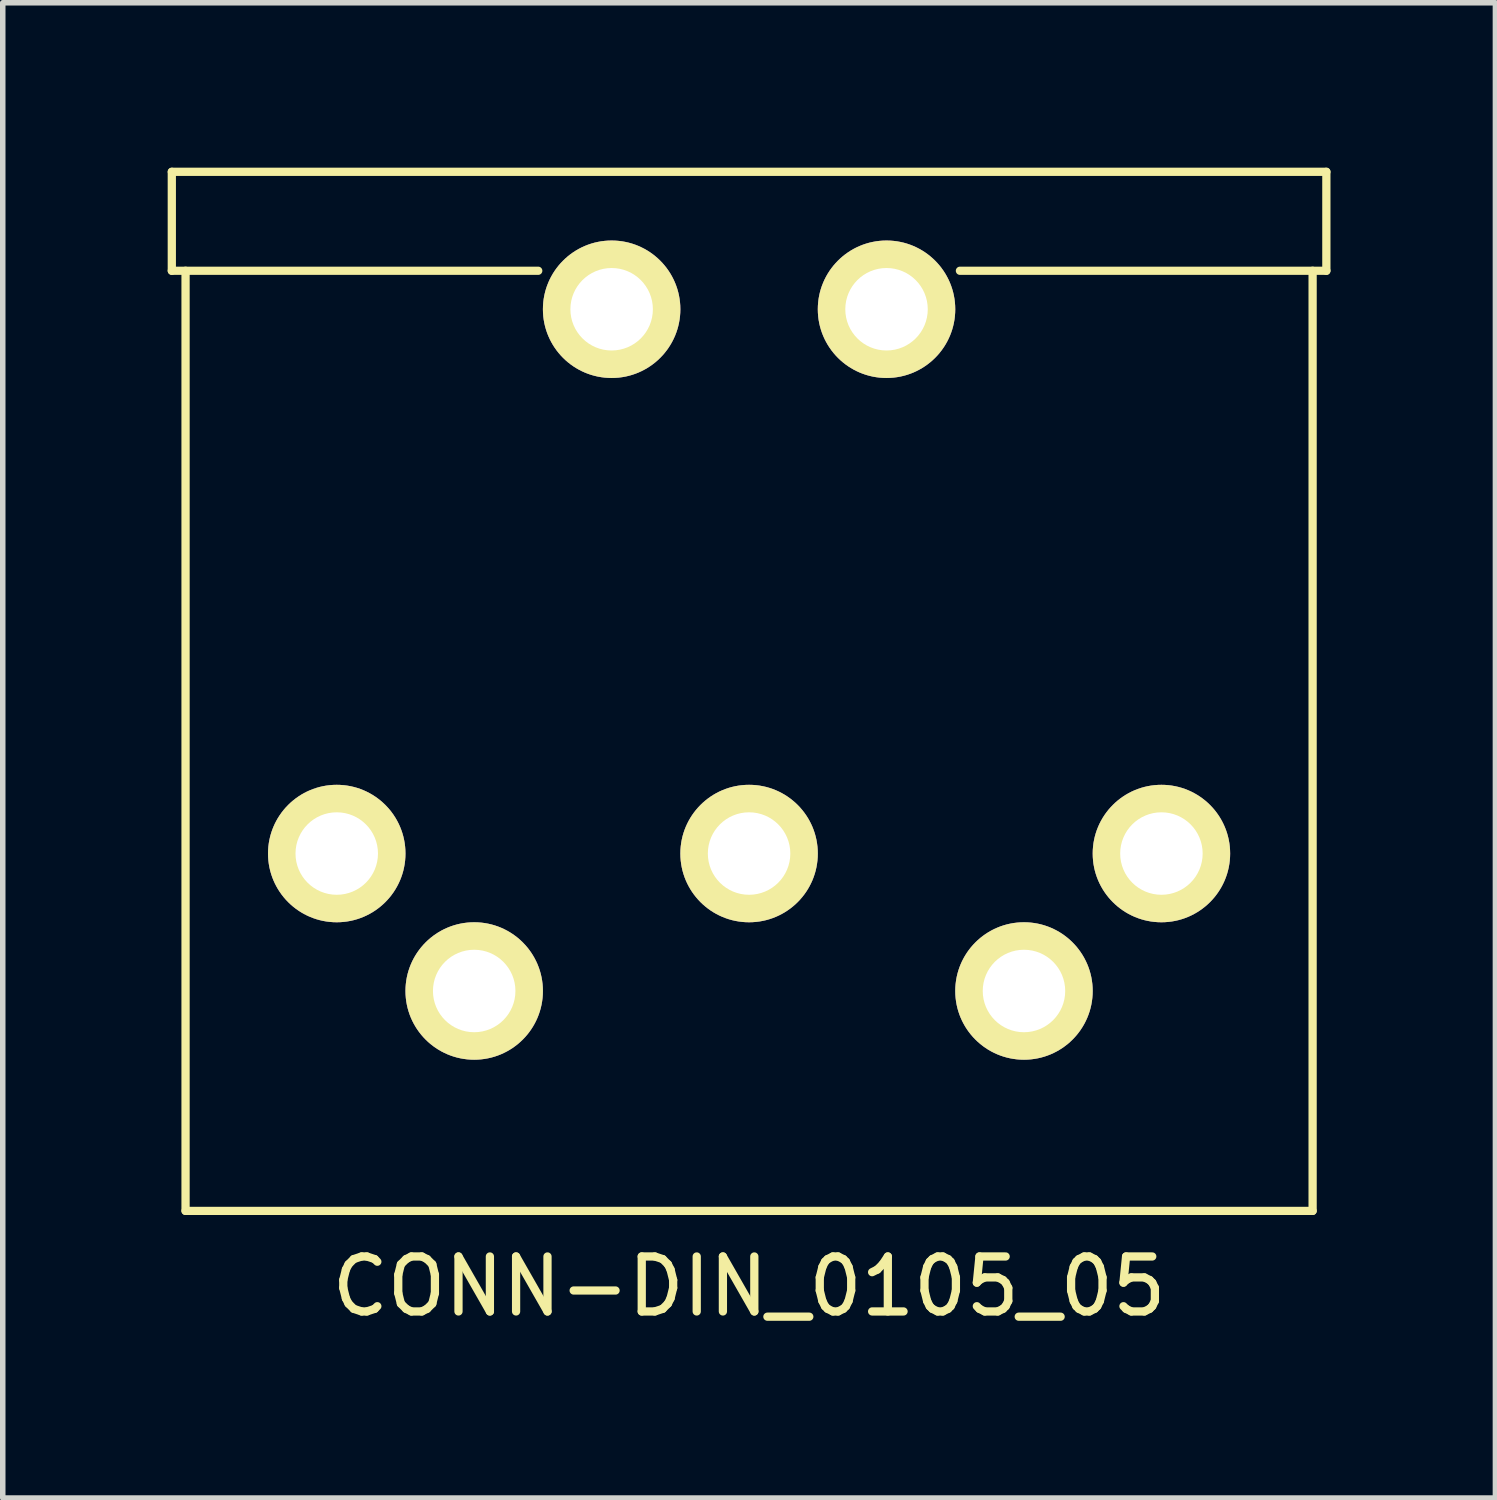
<source format=kicad_pcb>
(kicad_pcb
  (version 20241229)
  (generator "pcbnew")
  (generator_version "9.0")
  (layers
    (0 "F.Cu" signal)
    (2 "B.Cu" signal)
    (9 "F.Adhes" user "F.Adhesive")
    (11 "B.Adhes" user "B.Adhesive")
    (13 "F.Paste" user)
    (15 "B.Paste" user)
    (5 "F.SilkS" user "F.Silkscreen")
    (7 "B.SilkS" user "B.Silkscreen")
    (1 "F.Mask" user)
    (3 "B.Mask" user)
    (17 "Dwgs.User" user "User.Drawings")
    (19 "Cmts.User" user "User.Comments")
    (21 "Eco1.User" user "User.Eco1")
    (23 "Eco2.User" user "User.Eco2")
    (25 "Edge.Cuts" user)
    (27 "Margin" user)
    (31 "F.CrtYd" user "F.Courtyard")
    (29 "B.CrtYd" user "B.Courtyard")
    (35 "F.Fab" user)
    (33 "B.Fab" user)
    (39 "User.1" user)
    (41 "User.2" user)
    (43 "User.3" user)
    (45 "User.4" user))
  (footprint "CONN-DIN_0105_05"
    (layer "F.Cu")
    (at 10.575 12.475)
    (property "Reference" "CONN-DIN_0105_05" (at 0 7.874 0) (layer "F.SilkS") (effects (font (size 1 1) (thickness 0.15))))
    (attr through_hole)
    (fp_line (start -10.5 -12.4) (end -10.5 -10.6) (stroke (width 0.15) (type solid)) (layer "F.SilkS"))
    (fp_line (start -10.5 -12.4) (end 10.5 -12.4) (stroke (width 0.15) (type solid)) (layer "F.SilkS"))
    (fp_line (start -10.5 -10.6) (end -3.835 -10.6) (stroke (width 0.15) (type solid)) (layer "F.SilkS"))
    (fp_line (start -10.25 -10.6) (end -10.25 6.5) (stroke (width 0.15) (type solid)) (layer "F.SilkS"))
    (fp_line (start -10.25 6.5) (end 10.25 6.5) (stroke (width 0.15) (type solid)) (layer "F.SilkS"))
    (fp_line (start 3.835 -10.6) (end 10.5 -10.6) (stroke (width 0.15) (type solid)) (layer "F.SilkS"))
    (fp_line (start 10.25 6.5) (end 10.25 -10.6) (stroke (width 0.15) (type solid)) (layer "F.SilkS"))
    (fp_line (start 10.5 -10.6) (end 10.5 -12.4) (stroke (width 0.15) (type solid)) (layer "F.SilkS"))
    (pad "0" thru_hole circle (at -2.5 -9.9) (size 2.5 2.5) (drill 1.5) (layers "*.Cu" "*.Mask" "F.SilkS"))
    (pad "0" thru_hole circle (at 2.5 -9.9) (size 2.5 2.5) (drill 1.5) (layers "*.Cu" "*.Mask" "F.SilkS"))
    (pad "1" thru_hole circle (at -7.5 0) (size 2.5 2.5) (drill 1.5) (layers "*.Cu" "*.Mask" "F.SilkS"))
    (pad "2" thru_hole circle (at 0 0) (size 2.5 2.5) (drill 1.5) (layers "*.Cu" "*.Mask" "F.SilkS"))
    (pad "3" thru_hole circle (at 7.5 0) (size 2.5 2.5) (drill 1.5) (layers "*.Cu" "*.Mask" "F.SilkS"))
    (pad "4" thru_hole circle (at -5 2.5) (size 2.5 2.5) (drill 1.5) (layers "*.Cu" "*.Mask" "F.SilkS"))
    (pad "5" thru_hole circle (at 5 2.5) (size 2.5 2.5) (drill 1.5) (layers "*.Cu" "*.Mask" "F.SilkS")))
  (gr_rect
    (start -3 -3)
    (end 24.15 24.197)
    (stroke (width 0.1) (type default))
    (fill no)
    (layer "Edge.Cuts")))
</source>
